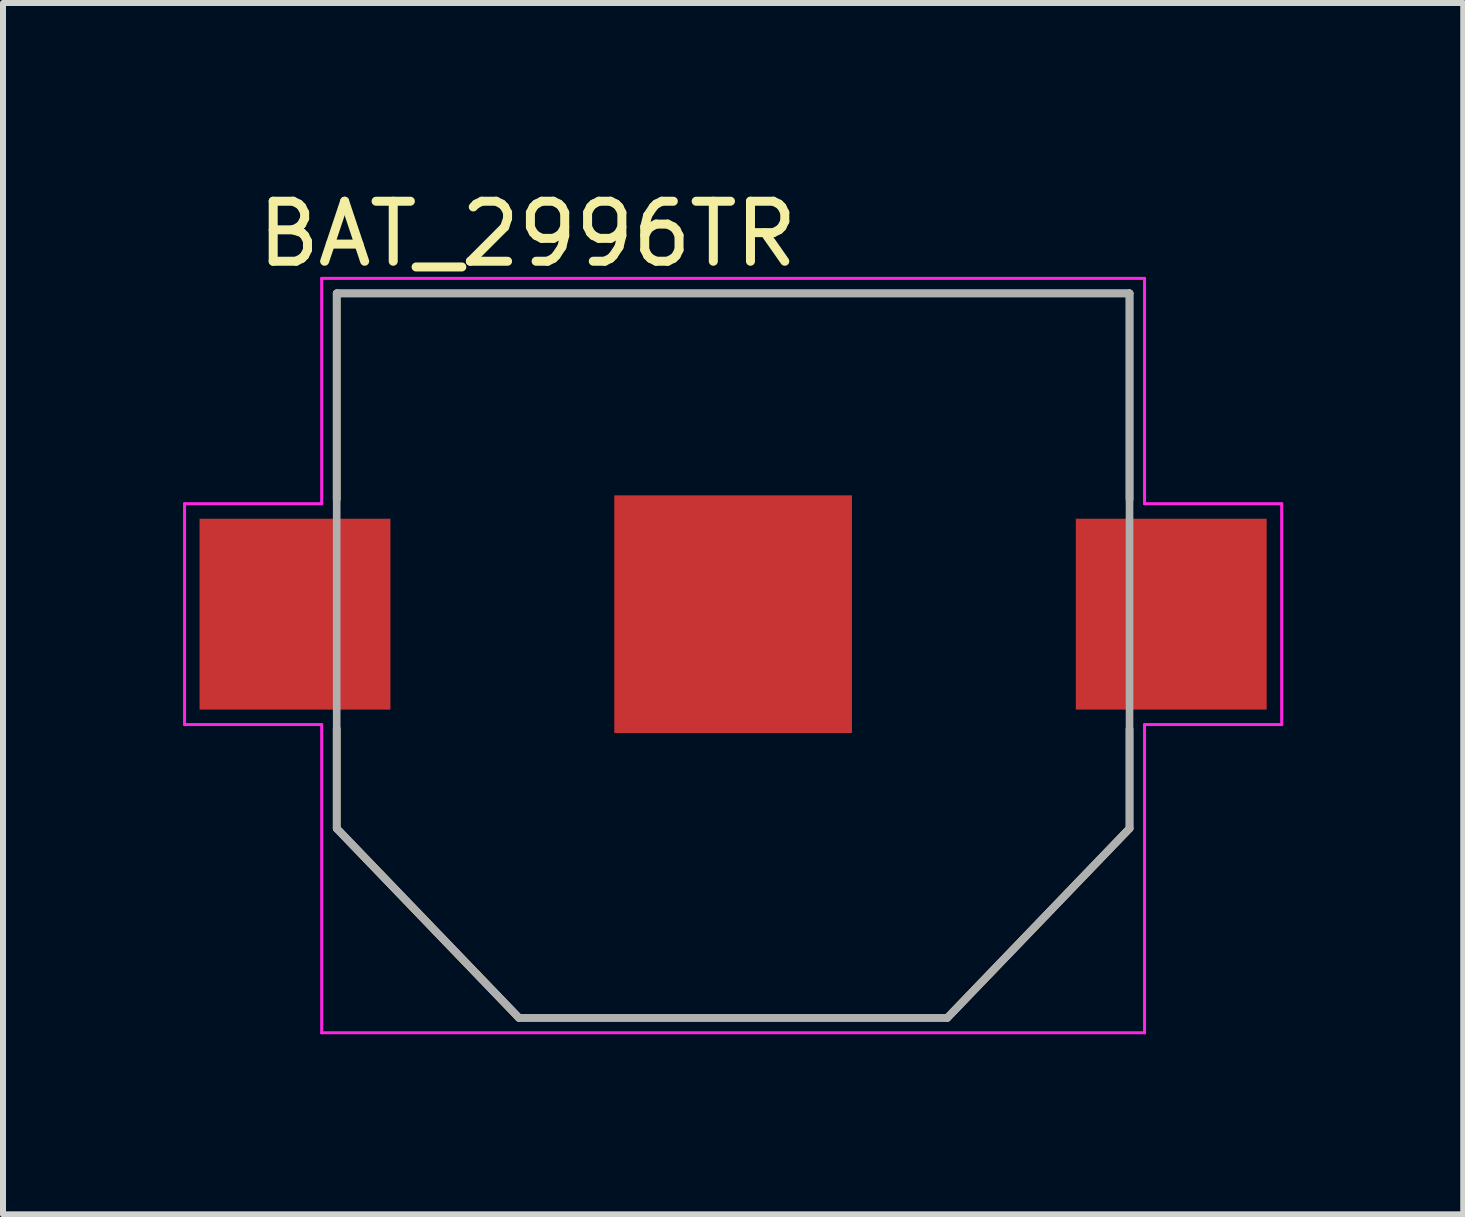
<source format=kicad_pcb>
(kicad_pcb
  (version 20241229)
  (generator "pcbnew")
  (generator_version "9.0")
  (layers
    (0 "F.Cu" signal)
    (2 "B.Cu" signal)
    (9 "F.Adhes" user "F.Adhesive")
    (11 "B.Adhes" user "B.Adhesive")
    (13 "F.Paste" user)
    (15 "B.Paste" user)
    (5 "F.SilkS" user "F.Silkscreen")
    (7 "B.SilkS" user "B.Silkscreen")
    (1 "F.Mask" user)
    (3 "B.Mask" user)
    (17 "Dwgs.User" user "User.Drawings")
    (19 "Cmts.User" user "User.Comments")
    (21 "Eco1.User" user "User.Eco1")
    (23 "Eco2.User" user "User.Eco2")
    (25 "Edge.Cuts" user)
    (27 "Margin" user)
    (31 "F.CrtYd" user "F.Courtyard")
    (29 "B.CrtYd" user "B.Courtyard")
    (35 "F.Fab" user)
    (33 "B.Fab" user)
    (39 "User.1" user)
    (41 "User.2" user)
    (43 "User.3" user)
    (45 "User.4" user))
  (footprint "BAT_2996TR"
    (layer "F.Cu")
    (at 9.165 7.183)
    (property "Reference" "BAT_2996TR" (at -3.425 -6.335 0) (layer "F.SilkS") (effects (font (size 1 1) (thickness 0.15))))
    (attr through_hole)
    (fp_line (start -6.605 -5.345) (end 6.605 -5.345) (stroke (width 0.127) (type solid)) (layer "F.SilkS"))
    (fp_line (start -6.605 -1.91) (end -6.605 -5.345) (stroke (width 0.127) (type solid)) (layer "F.SilkS"))
    (fp_line (start -6.605 1.91) (end -6.605 3.57) (stroke (width 0.127) (type solid)) (layer "F.SilkS"))
    (fp_line (start -6.605 3.57) (end -3.57 6.725) (stroke (width 0.127) (type solid)) (layer "F.SilkS"))
    (fp_line (start -3.57 6.725) (end 3.57 6.725) (stroke (width 0.127) (type solid)) (layer "F.SilkS"))
    (fp_line (start 3.57 6.725) (end 6.605 3.57) (stroke (width 0.127) (type solid)) (layer "F.SilkS"))
    (fp_line (start 6.605 -5.345) (end 6.605 -1.91) (stroke (width 0.127) (type solid)) (layer "F.SilkS"))
    (fp_line (start 6.605 3.57) (end 6.605 1.91) (stroke (width 0.127) (type solid)) (layer "F.SilkS"))
    (fp_line (start -9.14 -1.84) (end -9.14 1.84) (stroke (width 0.05) (type solid)) (layer "F.CrtYd"))
    (fp_line (start -9.14 1.84) (end -6.855 1.84) (stroke (width 0.05) (type solid)) (layer "F.CrtYd"))
    (fp_line (start -6.855 -5.595) (end -6.855 -1.84) (stroke (width 0.05) (type solid)) (layer "F.CrtYd"))
    (fp_line (start -6.855 -1.84) (end -9.14 -1.84) (stroke (width 0.05) (type solid)) (layer "F.CrtYd"))
    (fp_line (start -6.855 1.84) (end -6.855 6.975) (stroke (width 0.05) (type solid)) (layer "F.CrtYd"))
    (fp_line (start -6.855 6.975) (end 6.855 6.975) (stroke (width 0.05) (type solid)) (layer "F.CrtYd"))
    (fp_line (start 6.855 -5.595) (end -6.855 -5.595) (stroke (width 0.05) (type solid)) (layer "F.CrtYd"))
    (fp_line (start 6.855 -1.84) (end 6.855 -5.595) (stroke (width 0.05) (type solid)) (layer "F.CrtYd"))
    (fp_line (start 6.855 1.84) (end 9.14 1.84) (stroke (width 0.05) (type solid)) (layer "F.CrtYd"))
    (fp_line (start 6.855 6.975) (end 6.855 1.84) (stroke (width 0.05) (type solid)) (layer "F.CrtYd"))
    (fp_line (start 9.14 -1.84) (end 6.855 -1.84) (stroke (width 0.05) (type solid)) (layer "F.CrtYd"))
    (fp_line (start 9.14 1.84) (end 9.14 -1.84) (stroke (width 0.05) (type solid)) (layer "F.CrtYd"))
    (fp_line (start -6.605 -5.345) (end 6.605 -5.345) (stroke (width 0.127) (type solid)) (layer "F.Fab"))
    (fp_line (start -6.605 3.57) (end -6.605 -5.345) (stroke (width 0.127) (type solid)) (layer "F.Fab"))
    (fp_line (start -3.57 6.725) (end -6.605 3.57) (stroke (width 0.127) (type solid)) (layer "F.Fab"))
    (fp_line (start 3.57 6.725) (end -3.57 6.725) (stroke (width 0.127) (type solid)) (layer "F.Fab"))
    (fp_line (start 6.605 -5.345) (end 6.605 3.57) (stroke (width 0.127) (type solid)) (layer "F.Fab"))
    (fp_line (start 6.605 3.57) (end 3.57 6.725) (stroke (width 0.127) (type solid)) (layer "F.Fab"))
    (pad "-" smd rect (at 0 0) (size 3.96 3.96) (layers "F.Cu" "F.Mask"))
    (pad "S+1" smd rect (at -7.3 0) (size 3.18 3.18) (layers "F.Cu" "F.Mask" "F.Paste"))
    (pad "S+2" smd rect (at 7.3 0) (size 3.18 3.18) (layers "F.Cu" "F.Mask" "F.Paste")))
  (gr_rect
    (start -3 -3)
    (end 21.33 17.183)
    (stroke (width 0.1) (type default))
    (fill no)
    (layer "Edge.Cuts")))
</source>
